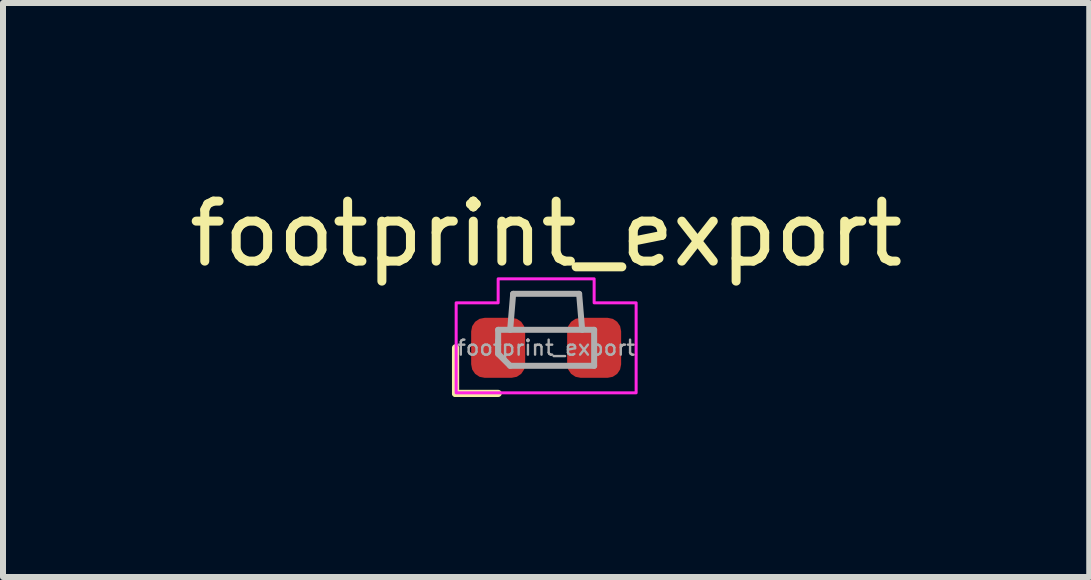
<source format=kicad_pcb>
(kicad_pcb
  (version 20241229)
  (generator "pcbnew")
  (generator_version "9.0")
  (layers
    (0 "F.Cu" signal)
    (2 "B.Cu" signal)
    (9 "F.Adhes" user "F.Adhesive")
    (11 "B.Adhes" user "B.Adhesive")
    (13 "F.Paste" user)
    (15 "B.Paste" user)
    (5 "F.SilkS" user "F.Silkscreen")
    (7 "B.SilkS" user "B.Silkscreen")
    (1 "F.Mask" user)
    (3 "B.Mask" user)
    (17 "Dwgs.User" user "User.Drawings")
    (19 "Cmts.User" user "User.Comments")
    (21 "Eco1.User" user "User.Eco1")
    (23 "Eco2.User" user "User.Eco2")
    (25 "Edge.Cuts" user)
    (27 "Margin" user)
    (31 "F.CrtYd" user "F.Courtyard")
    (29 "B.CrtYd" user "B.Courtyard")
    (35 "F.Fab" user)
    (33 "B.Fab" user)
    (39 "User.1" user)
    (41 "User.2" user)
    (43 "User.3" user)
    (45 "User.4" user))
  (footprint "footprint_export"
    (layer "F.Cu")
    (at 6.054 2.748)
    (property "Reference" "footprint_export" (at 0 -1.9 0) (layer "F.SilkS") (effects (font (size 1 1) (thickness 0.15))))
    (attr smd)
    (fp_line (start -1.51 0) (end -1.51 0.76) (stroke (width 0.12) (type default)) (layer "F.SilkS"))
    (fp_line (start -1.51 0.76) (end -0.8 0.76) (stroke (width 0.12) (type default)) (layer "F.SilkS"))
    (fp_poly (pts (xy -0.8 -1.15) (xy 0.8 -1.15) (xy 0.8 -0.75) (xy 1.5 -0.75) (xy 1.5 0.75) (xy -1.5 0.75) (xy -1.5 -0.75) (xy -0.8 -0.75)) (stroke (width 0.05) (type solid)) (fill no) (layer "F.CrtYd"))
    (fp_line (start -0.8 -0.3) (end 0.8 -0.3) (stroke (width 0.1) (type default)) (layer "F.Fab"))
    (fp_line (start -0.8 0.1) (end -0.8 -0.3) (stroke (width 0.1) (type default)) (layer "F.Fab"))
    (fp_line (start -0.6 -0.3) (end -0.55 -0.9) (stroke (width 0.1) (type default)) (layer "F.Fab"))
    (fp_line (start -0.6 0.3) (end -0.8 0.1) (stroke (width 0.1) (type default)) (layer "F.Fab"))
    (fp_line (start -0.55 -0.9) (end 0.55 -0.9) (stroke (width 0.1) (type default)) (layer "F.Fab"))
    (fp_line (start 0.6 -0.3) (end 0.55 -0.9) (stroke (width 0.1) (type default)) (layer "F.Fab"))
    (fp_line (start 0.8 -0.3) (end 0.8 0.3) (stroke (width 0.1) (type default)) (layer "F.Fab"))
    (fp_line (start 0.8 0.3) (end -0.6 0.3) (stroke (width 0.1) (type default)) (layer "F.Fab"))
    (fp_text user "${REFERENCE}" (at 0 0 0) (layer "F.Fab") (effects (font (size 0.25 0.25) (thickness 0.04))))
    (pad "1" smd roundrect (at -0.8 0) (size 0.9 1) (layers "F.Cu" "F.Mask" "F.Paste") (roundrect_rratio 0.25))
    (pad "2" smd roundrect (at 0.8 0) (size 0.9 1) (layers "F.Cu" "F.Mask" "F.Paste") (roundrect_rratio 0.25)))
  (gr_rect
    (start -3 -3)
    (end 15.107 6.568)
    (stroke (width 0.1) (type default))
    (fill no)
    (layer "Edge.Cuts")))
</source>
